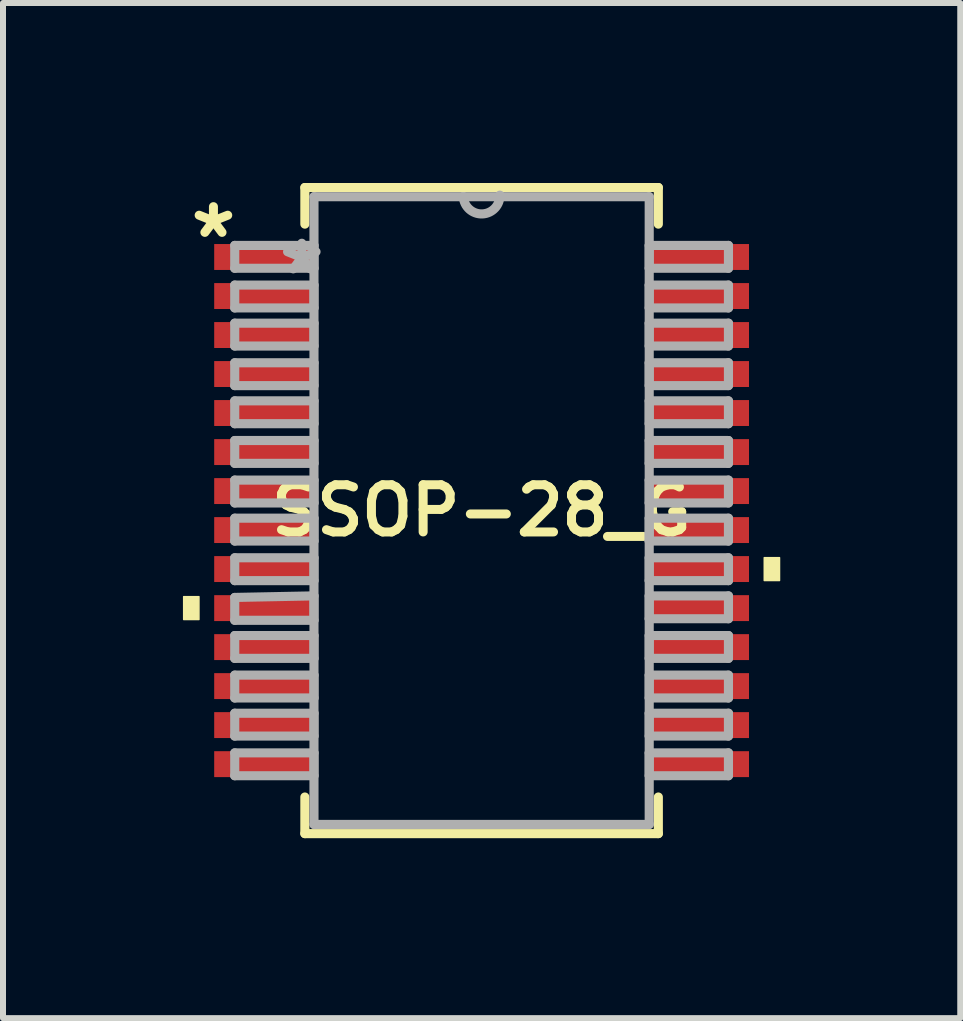
<source format=kicad_pcb>
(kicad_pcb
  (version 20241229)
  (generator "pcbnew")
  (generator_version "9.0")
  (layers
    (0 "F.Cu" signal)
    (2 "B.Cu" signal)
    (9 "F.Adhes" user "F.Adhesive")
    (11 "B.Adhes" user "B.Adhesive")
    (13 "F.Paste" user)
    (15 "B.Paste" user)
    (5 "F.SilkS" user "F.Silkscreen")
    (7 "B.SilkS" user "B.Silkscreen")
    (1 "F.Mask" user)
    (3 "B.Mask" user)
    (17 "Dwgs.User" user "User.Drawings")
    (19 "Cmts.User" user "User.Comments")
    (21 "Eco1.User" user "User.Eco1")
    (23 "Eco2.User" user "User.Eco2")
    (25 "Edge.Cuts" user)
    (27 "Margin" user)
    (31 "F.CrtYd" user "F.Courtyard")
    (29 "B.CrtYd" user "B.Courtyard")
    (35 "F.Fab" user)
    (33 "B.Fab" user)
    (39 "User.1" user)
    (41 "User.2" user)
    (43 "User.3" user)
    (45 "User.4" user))
  (footprint "SSOP-28_G"
    (layer "F.Cu")
    (at 4.978 5.461)
    (property "Reference" "SSOP-28_G" (at 0 0 0) (layer "F.SilkS") (effects (font (size 0.787 0.787) (thickness 0.15))))
    (attr through_hole)
    (fp_line (start -2.946 -5.385) (end -2.946 -4.775) (stroke (width 0.152) (type solid)) (layer "F.SilkS"))
    (fp_line (start -2.946 4.775) (end -2.946 5.385) (stroke (width 0.152) (type solid)) (layer "F.SilkS"))
    (fp_line (start -2.946 5.385) (end 2.946 5.385) (stroke (width 0.152) (type solid)) (layer "F.SilkS"))
    (fp_line (start 2.946 -5.385) (end -2.946 -5.385) (stroke (width 0.152) (type solid)) (layer "F.SilkS"))
    (fp_line (start 2.946 -4.775) (end 2.946 -5.385) (stroke (width 0.152) (type solid)) (layer "F.SilkS"))
    (fp_line (start 2.946 5.385) (end 2.946 4.775) (stroke (width 0.152) (type solid)) (layer "F.SilkS"))
    (fp_poly (pts (xy -4.966 1.435) (xy -4.966 1.816) (xy -4.712 1.816) (xy -4.712 1.435)) (stroke (width 0.025) (type solid)) (fill yes) (layer "F.SilkS"))
    (fp_poly (pts (xy 4.966 0.785) (xy 4.966 1.166) (xy 4.712 1.166) (xy 4.712 0.785)) (stroke (width 0.025) (type solid)) (fill yes) (layer "F.SilkS"))
    (fp_line (start -4.115 -4.42) (end -4.115 -4.039) (stroke (width 0.152) (type solid)) (layer "F.Fab"))
    (fp_line (start -4.115 -4.039) (end -2.794 -4.039) (stroke (width 0.152) (type solid)) (layer "F.Fab"))
    (fp_line (start -4.115 -3.759) (end -4.115 -3.378) (stroke (width 0.152) (type solid)) (layer "F.Fab"))
    (fp_line (start -4.115 -3.378) (end -2.794 -3.378) (stroke (width 0.152) (type solid)) (layer "F.Fab"))
    (fp_line (start -4.115 -3.124) (end -4.115 -2.743) (stroke (width 0.152) (type solid)) (layer "F.Fab"))
    (fp_line (start -4.115 -2.743) (end -2.794 -2.743) (stroke (width 0.152) (type solid)) (layer "F.Fab"))
    (fp_line (start -4.115 -2.464) (end -4.115 -2.083) (stroke (width 0.152) (type solid)) (layer "F.Fab"))
    (fp_line (start -4.115 -2.083) (end -2.794 -2.083) (stroke (width 0.152) (type solid)) (layer "F.Fab"))
    (fp_line (start -4.115 -1.829) (end -4.115 -1.448) (stroke (width 0.152) (type solid)) (layer "F.Fab"))
    (fp_line (start -4.115 -1.448) (end -2.794 -1.448) (stroke (width 0.152) (type solid)) (layer "F.Fab"))
    (fp_line (start -4.115 -1.168) (end -4.115 -0.787) (stroke (width 0.152) (type solid)) (layer "F.Fab"))
    (fp_line (start -4.115 -0.787) (end -2.794 -0.787) (stroke (width 0.152) (type solid)) (layer "F.Fab"))
    (fp_line (start -4.115 -0.508) (end -4.115 -0.127) (stroke (width 0.152) (type solid)) (layer "F.Fab"))
    (fp_line (start -4.115 -0.127) (end -2.794 -0.127) (stroke (width 0.152) (type solid)) (layer "F.Fab"))
    (fp_line (start -4.115 0.127) (end -4.115 0.508) (stroke (width 0.152) (type solid)) (layer "F.Fab"))
    (fp_line (start -4.115 0.508) (end -2.794 0.508) (stroke (width 0.152) (type solid)) (layer "F.Fab"))
    (fp_line (start -4.115 0.787) (end -4.115 1.168) (stroke (width 0.152) (type solid)) (layer "F.Fab"))
    (fp_line (start -4.115 1.168) (end -2.794 1.168) (stroke (width 0.152) (type solid)) (layer "F.Fab"))
    (fp_line (start -4.115 1.448) (end -4.115 1.829) (stroke (width 0.152) (type solid)) (layer "F.Fab"))
    (fp_line (start -4.115 1.829) (end -2.794 1.829) (stroke (width 0.152) (type solid)) (layer "F.Fab"))
    (fp_line (start -4.115 2.083) (end -4.115 2.464) (stroke (width 0.152) (type solid)) (layer "F.Fab"))
    (fp_line (start -4.115 2.464) (end -2.794 2.464) (stroke (width 0.152) (type solid)) (layer "F.Fab"))
    (fp_line (start -4.115 2.743) (end -4.115 3.124) (stroke (width 0.152) (type solid)) (layer "F.Fab"))
    (fp_line (start -4.115 3.124) (end -2.794 3.124) (stroke (width 0.152) (type solid)) (layer "F.Fab"))
    (fp_line (start -4.115 3.378) (end -4.115 3.759) (stroke (width 0.152) (type solid)) (layer "F.Fab"))
    (fp_line (start -4.115 3.759) (end -2.794 3.759) (stroke (width 0.152) (type solid)) (layer "F.Fab"))
    (fp_line (start -4.115 4.039) (end -4.115 4.42) (stroke (width 0.152) (type solid)) (layer "F.Fab"))
    (fp_line (start -4.115 4.42) (end -2.794 4.42) (stroke (width 0.152) (type solid)) (layer "F.Fab"))
    (fp_line (start -2.794 -5.232) (end -2.794 5.232) (stroke (width 0.152) (type solid)) (layer "F.Fab"))
    (fp_line (start -2.794 -4.42) (end -4.115 -4.42) (stroke (width 0.152) (type solid)) (layer "F.Fab"))
    (fp_line (start -2.794 -4.039) (end -2.794 -4.42) (stroke (width 0.152) (type solid)) (layer "F.Fab"))
    (fp_line (start -2.794 -3.759) (end -4.115 -3.759) (stroke (width 0.152) (type solid)) (layer "F.Fab"))
    (fp_line (start -2.794 -3.378) (end -2.794 -3.759) (stroke (width 0.152) (type solid)) (layer "F.Fab"))
    (fp_line (start -2.794 -3.124) (end -4.115 -3.124) (stroke (width 0.152) (type solid)) (layer "F.Fab"))
    (fp_line (start -2.794 -2.743) (end -2.794 -3.124) (stroke (width 0.152) (type solid)) (layer "F.Fab"))
    (fp_line (start -2.794 -2.464) (end -4.115 -2.464) (stroke (width 0.152) (type solid)) (layer "F.Fab"))
    (fp_line (start -2.794 -2.083) (end -2.794 -2.464) (stroke (width 0.152) (type solid)) (layer "F.Fab"))
    (fp_line (start -2.794 -1.829) (end -4.115 -1.829) (stroke (width 0.152) (type solid)) (layer "F.Fab"))
    (fp_line (start -2.794 -1.448) (end -2.794 -1.829) (stroke (width 0.152) (type solid)) (layer "F.Fab"))
    (fp_line (start -2.794 -1.168) (end -4.115 -1.168) (stroke (width 0.152) (type solid)) (layer "F.Fab"))
    (fp_line (start -2.794 -0.787) (end -2.794 -1.168) (stroke (width 0.152) (type solid)) (layer "F.Fab"))
    (fp_line (start -2.794 -0.508) (end -4.115 -0.508) (stroke (width 0.152) (type solid)) (layer "F.Fab"))
    (fp_line (start -2.794 -0.127) (end -2.794 -0.508) (stroke (width 0.152) (type solid)) (layer "F.Fab"))
    (fp_line (start -2.794 0.127) (end -4.115 0.127) (stroke (width 0.152) (type solid)) (layer "F.Fab"))
    (fp_line (start -2.794 0.508) (end -2.794 0.127) (stroke (width 0.152) (type solid)) (layer "F.Fab"))
    (fp_line (start -2.794 0.787) (end -4.115 0.787) (stroke (width 0.152) (type solid)) (layer "F.Fab"))
    (fp_line (start -2.794 1.168) (end -2.794 0.787) (stroke (width 0.152) (type solid)) (layer "F.Fab"))
    (fp_line (start -2.794 1.422) (end -4.115 1.448) (stroke (width 0.152) (type solid)) (layer "F.Fab"))
    (fp_line (start -2.794 1.829) (end -2.794 1.422) (stroke (width 0.152) (type solid)) (layer "F.Fab"))
    (fp_line (start -2.794 2.083) (end -4.115 2.083) (stroke (width 0.152) (type solid)) (layer "F.Fab"))
    (fp_line (start -2.794 2.464) (end -2.794 2.083) (stroke (width 0.152) (type solid)) (layer "F.Fab"))
    (fp_line (start -2.794 2.743) (end -4.115 2.743) (stroke (width 0.152) (type solid)) (layer "F.Fab"))
    (fp_line (start -2.794 3.124) (end -2.794 2.743) (stroke (width 0.152) (type solid)) (layer "F.Fab"))
    (fp_line (start -2.794 3.378) (end -4.115 3.378) (stroke (width 0.152) (type solid)) (layer "F.Fab"))
    (fp_line (start -2.794 3.759) (end -2.794 3.378) (stroke (width 0.152) (type solid)) (layer "F.Fab"))
    (fp_line (start -2.794 4.039) (end -4.115 4.039) (stroke (width 0.152) (type solid)) (layer "F.Fab"))
    (fp_line (start -2.794 4.42) (end -2.794 4.039) (stroke (width 0.152) (type solid)) (layer "F.Fab"))
    (fp_line (start -2.794 5.232) (end 2.794 5.232) (stroke (width 0.152) (type solid)) (layer "F.Fab"))
    (fp_line (start -0.305 -5.232) (end -2.794 -5.232) (stroke (width 0.152) (type solid)) (layer "F.Fab"))
    (fp_line (start 2.794 -5.232) (end -0.305 -5.232) (stroke (width 0.152) (type solid)) (layer "F.Fab"))
    (fp_line (start 2.794 -4.42) (end 2.794 -4.039) (stroke (width 0.152) (type solid)) (layer "F.Fab"))
    (fp_line (start 2.794 -4.039) (end 4.115 -4.039) (stroke (width 0.152) (type solid)) (layer "F.Fab"))
    (fp_line (start 2.794 -3.759) (end 2.794 -3.378) (stroke (width 0.152) (type solid)) (layer "F.Fab"))
    (fp_line (start 2.794 -3.378) (end 4.115 -3.378) (stroke (width 0.152) (type solid)) (layer "F.Fab"))
    (fp_line (start 2.794 -3.124) (end 2.794 -2.743) (stroke (width 0.152) (type solid)) (layer "F.Fab"))
    (fp_line (start 2.794 -2.743) (end 4.115 -2.743) (stroke (width 0.152) (type solid)) (layer "F.Fab"))
    (fp_line (start 2.794 -2.464) (end 2.794 -2.083) (stroke (width 0.152) (type solid)) (layer "F.Fab"))
    (fp_line (start 2.794 -2.083) (end 4.115 -2.083) (stroke (width 0.152) (type solid)) (layer "F.Fab"))
    (fp_line (start 2.794 -1.829) (end 2.794 -1.448) (stroke (width 0.152) (type solid)) (layer "F.Fab"))
    (fp_line (start 2.794 -1.448) (end 4.115 -1.448) (stroke (width 0.152) (type solid)) (layer "F.Fab"))
    (fp_line (start 2.794 -1.168) (end 2.794 -0.787) (stroke (width 0.152) (type solid)) (layer "F.Fab"))
    (fp_line (start 2.794 -0.787) (end 4.115 -0.787) (stroke (width 0.152) (type solid)) (layer "F.Fab"))
    (fp_line (start 2.794 -0.508) (end 2.794 -0.127) (stroke (width 0.152) (type solid)) (layer "F.Fab"))
    (fp_line (start 2.794 -0.127) (end 4.115 -0.127) (stroke (width 0.152) (type solid)) (layer "F.Fab"))
    (fp_line (start 2.794 0.127) (end 2.794 0.508) (stroke (width 0.152) (type solid)) (layer "F.Fab"))
    (fp_line (start 2.794 0.508) (end 4.115 0.508) (stroke (width 0.152) (type solid)) (layer "F.Fab"))
    (fp_line (start 2.794 0.787) (end 2.794 1.168) (stroke (width 0.152) (type solid)) (layer "F.Fab"))
    (fp_line (start 2.794 1.168) (end 4.115 1.168) (stroke (width 0.152) (type solid)) (layer "F.Fab"))
    (fp_line (start 2.794 1.422) (end 2.794 1.803) (stroke (width 0.152) (type solid)) (layer "F.Fab"))
    (fp_line (start 2.794 1.803) (end 4.115 1.803) (stroke (width 0.152) (type solid)) (layer "F.Fab"))
    (fp_line (start 2.794 2.083) (end 2.794 2.464) (stroke (width 0.152) (type solid)) (layer "F.Fab"))
    (fp_line (start 2.794 2.464) (end 4.115 2.464) (stroke (width 0.152) (type solid)) (layer "F.Fab"))
    (fp_line (start 2.794 2.743) (end 2.794 3.124) (stroke (width 0.152) (type solid)) (layer "F.Fab"))
    (fp_line (start 2.794 3.124) (end 4.115 3.124) (stroke (width 0.152) (type solid)) (layer "F.Fab"))
    (fp_line (start 2.794 3.378) (end 2.794 3.759) (stroke (width 0.152) (type solid)) (layer "F.Fab"))
    (fp_line (start 2.794 3.759) (end 4.115 3.759) (stroke (width 0.152) (type solid)) (layer "F.Fab"))
    (fp_line (start 2.794 4.039) (end 2.794 4.42) (stroke (width 0.152) (type solid)) (layer "F.Fab"))
    (fp_line (start 2.794 4.42) (end 4.115 4.42) (stroke (width 0.152) (type solid)) (layer "F.Fab"))
    (fp_line (start 2.794 5.232) (end 2.794 -5.232) (stroke (width 0.152) (type solid)) (layer "F.Fab"))
    (fp_line (start 4.115 -4.42) (end 2.794 -4.42) (stroke (width 0.152) (type solid)) (layer "F.Fab"))
    (fp_line (start 4.115 -4.039) (end 4.115 -4.42) (stroke (width 0.152) (type solid)) (layer "F.Fab"))
    (fp_line (start 4.115 -3.759) (end 2.794 -3.759) (stroke (width 0.152) (type solid)) (layer "F.Fab"))
    (fp_line (start 4.115 -3.378) (end 4.115 -3.759) (stroke (width 0.152) (type solid)) (layer "F.Fab"))
    (fp_line (start 4.115 -3.124) (end 2.794 -3.124) (stroke (width 0.152) (type solid)) (layer "F.Fab"))
    (fp_line (start 4.115 -2.743) (end 4.115 -3.124) (stroke (width 0.152) (type solid)) (layer "F.Fab"))
    (fp_line (start 4.115 -2.464) (end 2.794 -2.464) (stroke (width 0.152) (type solid)) (layer "F.Fab"))
    (fp_line (start 4.115 -2.083) (end 4.115 -2.464) (stroke (width 0.152) (type solid)) (layer "F.Fab"))
    (fp_line (start 4.115 -1.829) (end 2.794 -1.829) (stroke (width 0.152) (type solid)) (layer "F.Fab"))
    (fp_line (start 4.115 -1.448) (end 4.115 -1.829) (stroke (width 0.152) (type solid)) (layer "F.Fab"))
    (fp_line (start 4.115 -1.168) (end 2.794 -1.168) (stroke (width 0.152) (type solid)) (layer "F.Fab"))
    (fp_line (start 4.115 -0.787) (end 4.115 -1.168) (stroke (width 0.152) (type solid)) (layer "F.Fab"))
    (fp_line (start 4.115 -0.508) (end 2.794 -0.508) (stroke (width 0.152) (type solid)) (layer "F.Fab"))
    (fp_line (start 4.115 -0.127) (end 4.115 -0.508) (stroke (width 0.152) (type solid)) (layer "F.Fab"))
    (fp_line (start 4.115 0.127) (end 2.794 0.127) (stroke (width 0.152) (type solid)) (layer "F.Fab"))
    (fp_line (start 4.115 0.508) (end 4.115 0.127) (stroke (width 0.152) (type solid)) (layer "F.Fab"))
    (fp_line (start 4.115 0.787) (end 2.794 0.787) (stroke (width 0.152) (type solid)) (layer "F.Fab"))
    (fp_line (start 4.115 1.168) (end 4.115 0.787) (stroke (width 0.152) (type solid)) (layer "F.Fab"))
    (fp_line (start 4.115 1.422) (end 2.794 1.422) (stroke (width 0.152) (type solid)) (layer "F.Fab"))
    (fp_line (start 4.115 1.803) (end 4.115 1.422) (stroke (width 0.152) (type solid)) (layer "F.Fab"))
    (fp_line (start 4.115 2.083) (end 2.794 2.083) (stroke (width 0.152) (type solid)) (layer "F.Fab"))
    (fp_line (start 4.115 2.464) (end 4.115 2.083) (stroke (width 0.152) (type solid)) (layer "F.Fab"))
    (fp_line (start 4.115 2.743) (end 2.794 2.743) (stroke (width 0.152) (type solid)) (layer "F.Fab"))
    (fp_line (start 4.115 3.124) (end 4.115 2.743) (stroke (width 0.152) (type solid)) (layer "F.Fab"))
    (fp_line (start 4.115 3.378) (end 2.794 3.378) (stroke (width 0.152) (type solid)) (layer "F.Fab"))
    (fp_line (start 4.115 3.759) (end 4.115 3.378) (stroke (width 0.152) (type solid)) (layer "F.Fab"))
    (fp_line (start 4.115 4.039) (end 2.794 4.039) (stroke (width 0.152) (type solid)) (layer "F.Fab"))
    (fp_line (start 4.115 4.42) (end 4.115 4.039) (stroke (width 0.152) (type solid)) (layer "F.Fab"))
    (fp_arc (start 0.3048 -5.2578) (mid 0.0127 -4.9403) (end -0.3048 -5.2324) (stroke (width 0.1524) (type solid)) (layer "F.Fab"))
    (fp_text user "*" (at -4.47 -4.521 0) (layer "F.SilkS") (effects (font (size 1 1) (thickness 0.15))))
    (fp_text user "*" (at -2.997 -3.912 0) (layer "F.Fab") (effects (font (size 1 1) (thickness 0.15))))
    (pad "1" smd rect (at -3.632 -4.227) (size 1.651 0.432) (layers "F.Cu" "F.Mask" "F.Paste"))
    (pad "2" smd rect (at -3.632 -3.576) (size 1.651 0.432) (layers "F.Cu" "F.Mask" "F.Paste"))
    (pad "3" smd rect (at -3.632 -2.926) (size 1.651 0.432) (layers "F.Cu" "F.Mask" "F.Paste"))
    (pad "4" smd rect (at -3.632 -2.276) (size 1.651 0.432) (layers "F.Cu" "F.Mask" "F.Paste"))
    (pad "5" smd rect (at -3.632 -1.626) (size 1.651 0.432) (layers "F.Cu" "F.Mask" "F.Paste"))
    (pad "6" smd rect (at -3.632 -0.975) (size 1.651 0.432) (layers "F.Cu" "F.Mask" "F.Paste"))
    (pad "7" smd rect (at -3.632 -0.325) (size 1.651 0.432) (layers "F.Cu" "F.Mask" "F.Paste"))
    (pad "8" smd rect (at -3.632 0.325) (size 1.651 0.432) (layers "F.Cu" "F.Mask" "F.Paste"))
    (pad "9" smd rect (at -3.632 0.975) (size 1.651 0.432) (layers "F.Cu" "F.Mask" "F.Paste"))
    (pad "10" smd rect (at -3.632 1.626) (size 1.651 0.432) (layers "F.Cu" "F.Mask" "F.Paste"))
    (pad "11" smd rect (at -3.632 2.276) (size 1.651 0.432) (layers "F.Cu" "F.Mask" "F.Paste"))
    (pad "12" smd rect (at -3.632 2.926) (size 1.651 0.432) (layers "F.Cu" "F.Mask" "F.Paste"))
    (pad "13" smd rect (at -3.632 3.576) (size 1.651 0.432) (layers "F.Cu" "F.Mask" "F.Paste"))
    (pad "14" smd rect (at -3.632 4.227) (size 1.651 0.432) (layers "F.Cu" "F.Mask" "F.Paste"))
    (pad "15" smd rect (at 3.632 4.227) (size 1.651 0.432) (layers "F.Cu" "F.Mask" "F.Paste"))
    (pad "16" smd rect (at 3.632 3.576) (size 1.651 0.432) (layers "F.Cu" "F.Mask" "F.Paste"))
    (pad "17" smd rect (at 3.632 2.926) (size 1.651 0.432) (layers "F.Cu" "F.Mask" "F.Paste"))
    (pad "18" smd rect (at 3.632 2.276) (size 1.651 0.432) (layers "F.Cu" "F.Mask" "F.Paste"))
    (pad "19" smd rect (at 3.632 1.626) (size 1.651 0.432) (layers "F.Cu" "F.Mask" "F.Paste"))
    (pad "20" smd rect (at 3.632 0.975) (size 1.651 0.432) (layers "F.Cu" "F.Mask" "F.Paste"))
    (pad "21" smd rect (at 3.632 0.325) (size 1.651 0.432) (layers "F.Cu" "F.Mask" "F.Paste"))
    (pad "22" smd rect (at 3.632 -0.325) (size 1.651 0.432) (layers "F.Cu" "F.Mask" "F.Paste"))
    (pad "23" smd rect (at 3.632 -0.975) (size 1.651 0.432) (layers "F.Cu" "F.Mask" "F.Paste"))
    (pad "24" smd rect (at 3.632 -1.626) (size 1.651 0.432) (layers "F.Cu" "F.Mask" "F.Paste"))
    (pad "25" smd rect (at 3.632 -2.276) (size 1.651 0.432) (layers "F.Cu" "F.Mask" "F.Paste"))
    (pad "26" smd rect (at 3.632 -2.926) (size 1.651 0.432) (layers "F.Cu" "F.Mask" "F.Paste"))
    (pad "27" smd rect (at 3.632 -3.576) (size 1.651 0.432) (layers "F.Cu" "F.Mask" "F.Paste"))
    (pad "28" smd rect (at 3.632 -4.227) (size 1.651 0.432) (layers "F.Cu" "F.Mask" "F.Paste")))
  (gr_rect
    (start -3 -3)
    (end 12.957 13.922)
    (stroke (width 0.1) (type default))
    (fill no)
    (layer "Edge.Cuts")))
</source>
